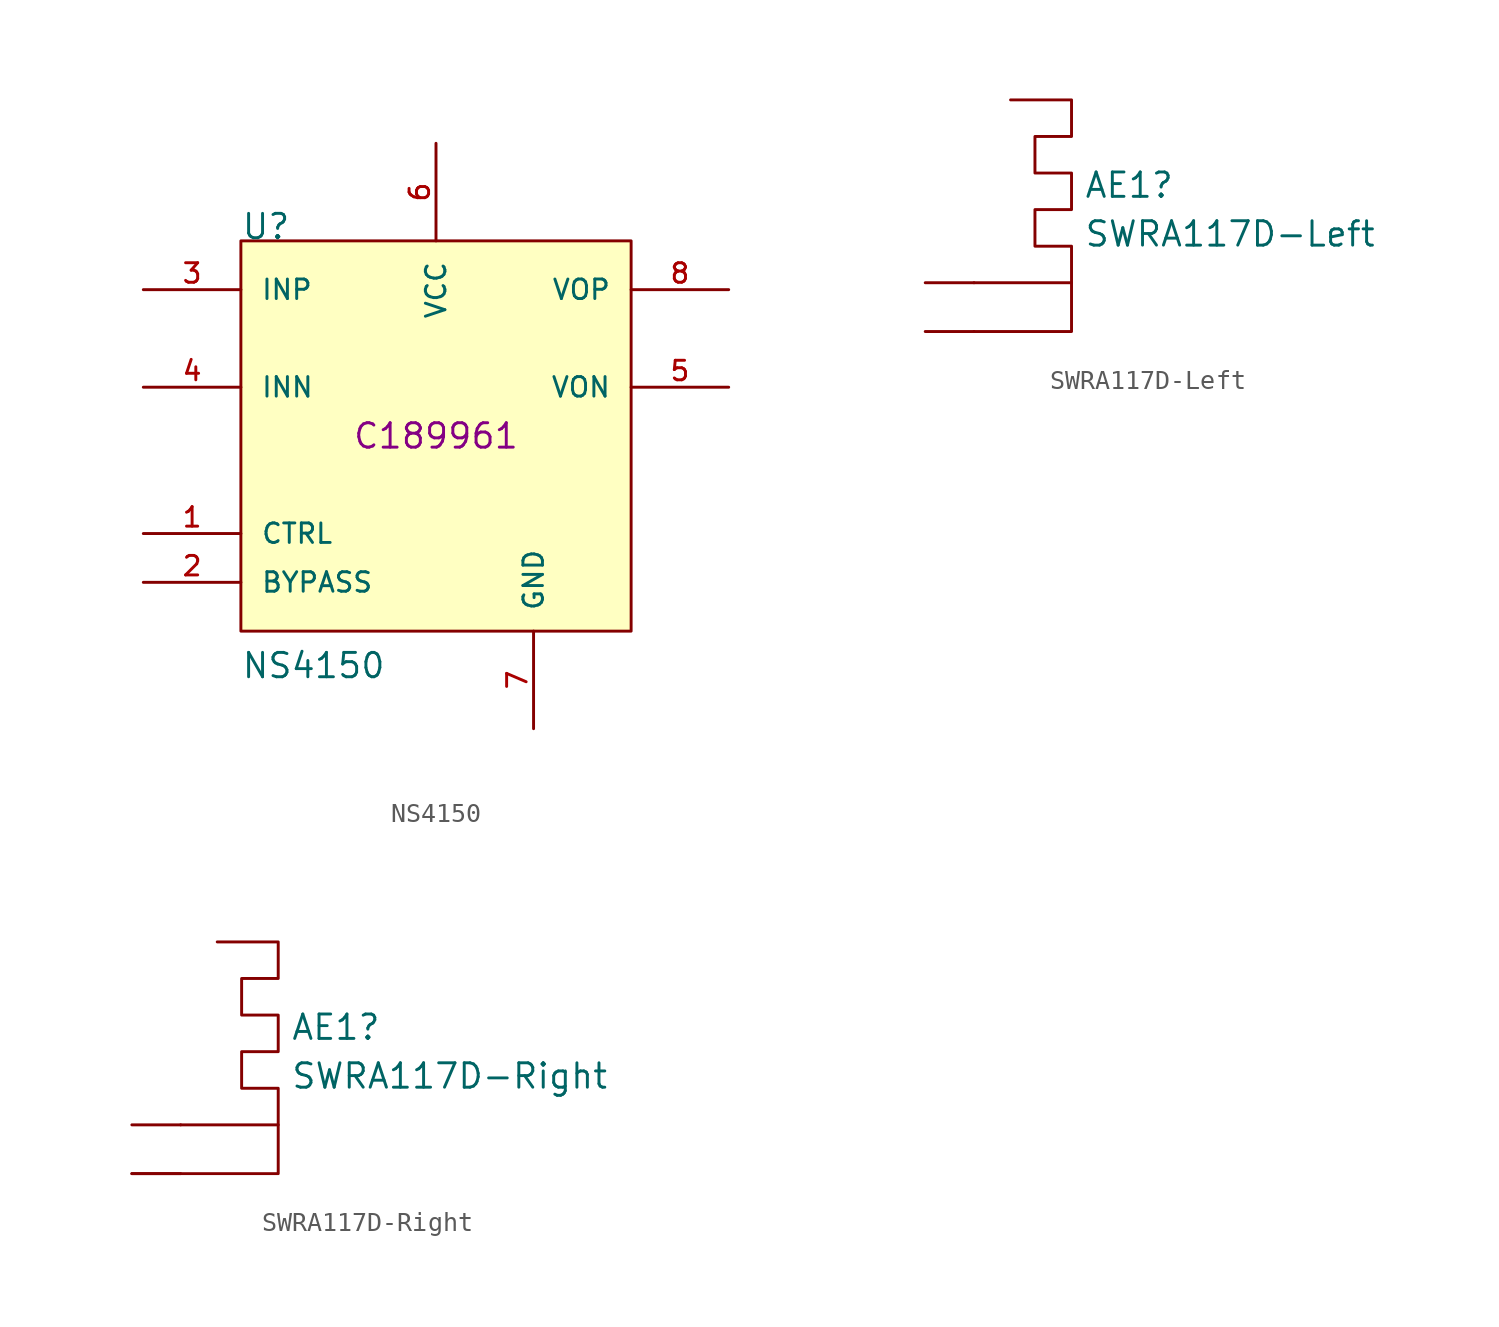
<source format=kicad_sym>
(kicad_symbol_lib
  (version 20211014)
  (generator kicad_symbol_editor)
  (symbol "NS4150"
    (pin_names
      (offset 1.016))
    (property "Reference" "U"
      (at -10.16 10.16 0)
      (effects (font (size 1.27 1.27)) (justify left bottom)))
    (property "Value" "NS4150"
      (at -10.16 -12.7 0)
      (effects (font (size 1.27 1.27)) (justify left bottom)))
    (property "LCSC" "C189961"
      (at 0 0 0)
      (effects (font (size 1.27 1.27))))
    (symbol "NS4150_0_0"
      (rectangle (start -10.16 -10.16) (end 10.16 10.16) (stroke (width 0.152) (type default) (color 0 0 0 0)) (fill (type background)))
      (pin bidirectional line (at -15.24 -5.08 0) (length 5.08) (name "CTRL" (effects (font (size 1.016 1.016)))) (number "1" (effects (font (size 1.016 1.016)))))
      (pin bidirectional line (at -15.24 -7.62 0) (length 5.08) (name "BYPASS" (effects (font (size 1.016 1.016)))) (number "2" (effects (font (size 1.016 1.016)))))
      (pin bidirectional line (at -15.24 7.62 0) (length 5.08) (name "INP" (effects (font (size 1.016 1.016)))) (number "3" (effects (font (size 1.016 1.016)))))
      (pin bidirectional line (at -15.24 2.54 0) (length 5.08) (name "INN" (effects (font (size 1.016 1.016)))) (number "4" (effects (font (size 1.016 1.016)))))
      (pin bidirectional line (at 15.24 2.54 180) (length 5.08) (name "VON" (effects (font (size 1.016 1.016)))) (number "5" (effects (font (size 1.016 1.016)))))
      (pin power_in line (at 0 15.24 270) (length 5.08) (name "VCC" (effects (font (size 1.016 1.016)))) (number "6" (effects (font (size 1.016 1.016)))))
      (pin power_in line (at 5.08 -15.24 90) (length 5.08) (name "GND" (effects (font (size 1.016 1.016)))) (number "7" (effects (font (size 1.016 1.016)))))
      (pin bidirectional line (at 15.24 7.62 180) (length 5.08) (name "VOP" (effects (font (size 1.016 1.016)))) (number "8" (effects (font (size 1.016 1.016)))))))
  (symbol "SWRA117D-Left"
    (pin_numbers hide)
    (pin_names
      (offset 1.016) hide)
    (property "Reference" "AE1"
      (at 8.255 5.08 0)
      (effects (font (size 1.27 1.27)) (justify left)))
    (property "Value" "SWRA117D-Left"
      (at 8.255 2.54 0)
      (effects (font (size 1.27 1.27)) (justify left)))
    (symbol "SWRA117D-Left_0_1"
      (polyline (pts (xy 2.54 -2.54) (xy 7.62 -2.54) (xy 7.62 0) (xy 2.54 0)) (stroke (width 0) (type default) (color 0 0 0 0)) (fill (type none)))
      (polyline (pts (xy 7.62 0) (xy 7.62 1.905) (xy 5.715 1.905) (xy 5.715 3.81) (xy 7.62 3.81) (xy 7.62 5.715) (xy 5.715 5.715) (xy 5.715 7.62) (xy 7.62 7.62) (xy 7.62 9.525) (xy 4.445 9.525)) (stroke (width 0) (type default) (color 0 0 0 0)) (fill (type none))))
    (symbol "SWRA117D-Left_1_1"
      (pin input line (at 0 -2.54 0) (length 2.54) (name "Via" (effects (font (size 1.27 1.27)))) (number "1" (effects (font (size 1.27 1.27)))))
      (pin free line (at 0 0 0) (length 2.54) (name "Feed" (effects (font (size 1.27 1.27)))) (number "2" (effects (font (size 1.27 1.27)))))))
  (symbol "SWRA117D-Right"
    (pin_numbers hide)
    (pin_names
      (offset 1.016) hide)
    (property "Reference" "AE1"
      (at 8.255 5.08 0)
      (effects (font (size 1.27 1.27)) (justify left)))
    (property "Value" "SWRA117D-Right"
      (at 8.255 2.54 0)
      (effects (font (size 1.27 1.27)) (justify left)))
    (symbol "SWRA117D-Right_0_1"
      (polyline (pts (xy 2.54 0) (xy 7.62 0) (xy 7.62 -2.54) (xy 1.27 -2.54) (xy 0 -2.54)) (stroke (width 0) (type default) (color 0 0 0 0)) (fill (type none)))
      (polyline (pts (xy 7.62 0) (xy 7.62 1.905) (xy 5.715 1.905) (xy 5.715 3.81) (xy 7.62 3.81) (xy 7.62 5.715) (xy 5.715 5.715) (xy 5.715 7.62) (xy 7.62 7.62) (xy 7.62 9.525) (xy 4.445 9.525)) (stroke (width 0) (type default) (color 0 0 0 0)) (fill (type none))))
    (symbol "SWRA117D-Right_1_1"
      (pin input line (at 0 -2.54 0) (length 2.54) (name "Via" (effects (font (size 1.27 1.27)))) (number "1" (effects (font (size 1.27 1.27)))))
      (pin free line (at 0 0 0) (length 2.54) (name "Feed" (effects (font (size 1.27 1.27)))) (number "2" (effects (font (size 1.27 1.27))))))))
</source>
